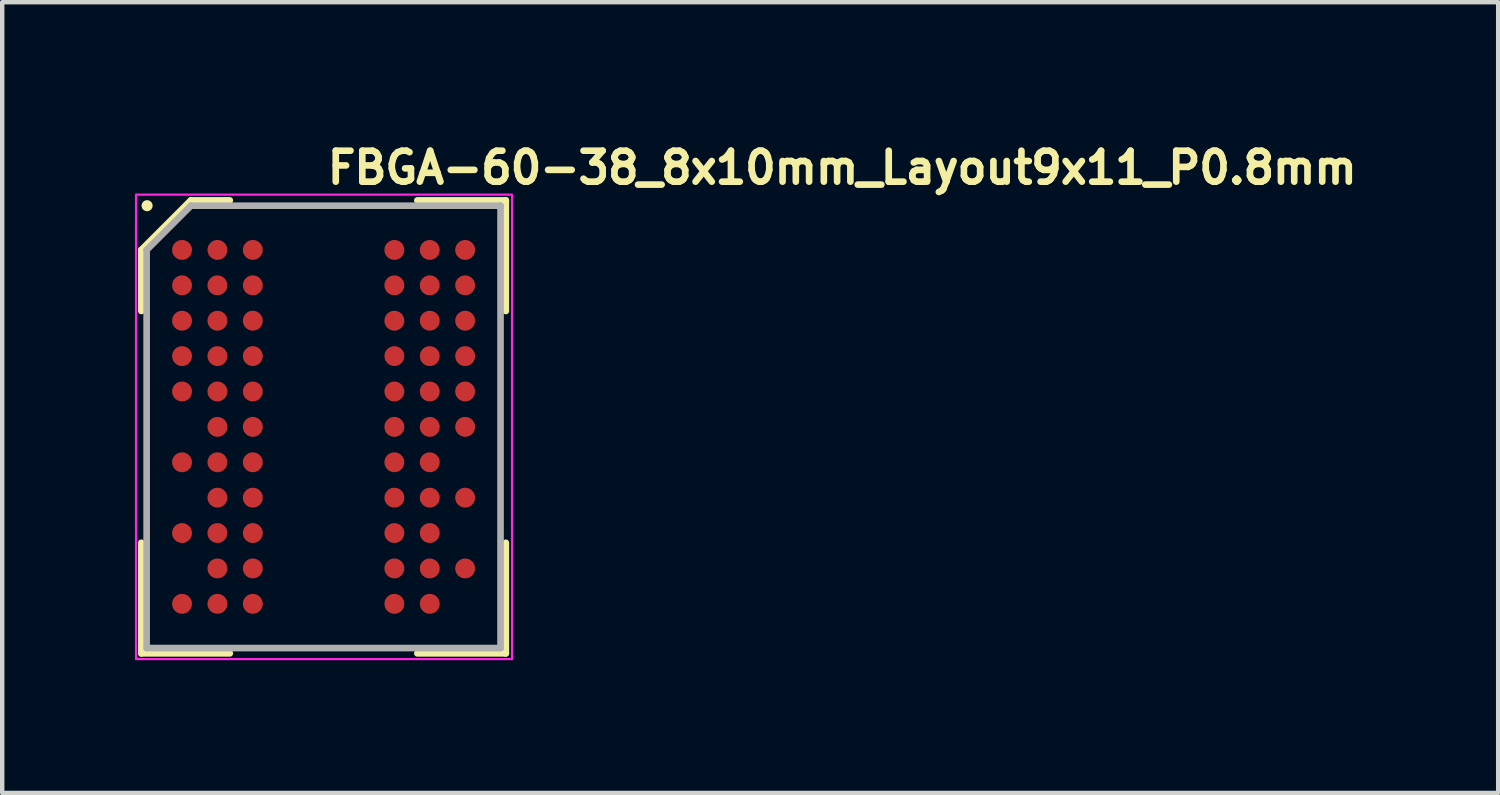
<source format=kicad_pcb>
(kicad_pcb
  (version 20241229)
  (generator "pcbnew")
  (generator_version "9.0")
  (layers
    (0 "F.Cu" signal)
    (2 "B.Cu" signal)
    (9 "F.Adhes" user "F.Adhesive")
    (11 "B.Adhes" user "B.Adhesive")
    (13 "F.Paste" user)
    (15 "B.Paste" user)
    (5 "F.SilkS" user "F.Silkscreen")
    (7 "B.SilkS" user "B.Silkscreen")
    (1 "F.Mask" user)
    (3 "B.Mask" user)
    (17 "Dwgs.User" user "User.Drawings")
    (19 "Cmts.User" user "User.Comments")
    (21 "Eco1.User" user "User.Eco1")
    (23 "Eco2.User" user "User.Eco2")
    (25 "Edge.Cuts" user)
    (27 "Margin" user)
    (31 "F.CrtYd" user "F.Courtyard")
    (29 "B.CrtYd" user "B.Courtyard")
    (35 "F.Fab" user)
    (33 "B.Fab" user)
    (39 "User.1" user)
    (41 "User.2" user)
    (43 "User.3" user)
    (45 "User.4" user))
  (footprint "FBGA-60-38_8x10mm_Layout9x11_P0.8mm"
    (layer "F.Cu")
    (at 4.275 6.6)
    (property "Reference" "FBGA-60-38_8x10mm_Layout9x11_P0.8mm" (at 0 -5.45 0) (unlocked yes) (layer "F.SilkS") (effects (font (size 0.7 0.7) (thickness 0.15)) (justify left bottom)))
    (attr smd)
    (fp_line (start -4.13 -4) (end -4.13 -2.62) (stroke (width 0.15) (type solid)) (layer "F.SilkS"))
    (fp_line (start -4.13 5.12) (end -4.13 2.62) (stroke (width 0.15) (type solid)) (layer "F.SilkS"))
    (fp_line (start -3.01 -5.12) (end -4.13 -4) (stroke (width 0.15) (type solid)) (layer "F.SilkS"))
    (fp_line (start -2.13 -5.12) (end -3.01 -5.12) (stroke (width 0.15) (type solid)) (layer "F.SilkS"))
    (fp_line (start -2.13 5.12) (end -4.13 5.12) (stroke (width 0.15) (type solid)) (layer "F.SilkS"))
    (fp_line (start 2.11 -5.12) (end 4.11 -5.12) (stroke (width 0.15) (type solid)) (layer "F.SilkS"))
    (fp_line (start 2.11 5.12) (end 4.11 5.12) (stroke (width 0.15) (type solid)) (layer "F.SilkS"))
    (fp_line (start 4.11 -5.12) (end 4.11 -2.62) (stroke (width 0.15) (type solid)) (layer "F.SilkS"))
    (fp_line (start 4.11 5.12) (end 4.11 2.62) (stroke (width 0.15) (type solid)) (layer "F.SilkS"))
    (fp_circle (center -4 -5) (end -3.95 -5) (stroke (width 0.15) (type solid)) (fill yes) (layer "F.SilkS"))
    (fp_rect (start -4.25 -5.25) (end 4.25 5.25) (stroke (width 0.05) (type solid)) (fill no) (layer "F.CrtYd"))
    (fp_line (start -4.01 -4) (end -4.01 5) (stroke (width 0.15) (type solid)) (layer "F.Fab"))
    (fp_line (start -4.01 5) (end 3.99 5) (stroke (width 0.15) (type solid)) (layer "F.Fab"))
    (fp_line (start -3.01 -5) (end -4.01 -4) (stroke (width 0.15) (type solid)) (layer "F.Fab"))
    (fp_line (start 3.99 -5) (end -3.01 -5) (stroke (width 0.15) (type solid)) (layer "F.Fab"))
    (fp_line (start 3.99 5) (end 3.99 -5) (stroke (width 0.15) (type solid)) (layer "F.Fab"))
    (fp_rect (start -4 -5) (end 4 5) (stroke (width 0.1) (type solid)) (fill no) (layer "User.5"))
    (fp_line (start -4 -5) (end -4 5) (stroke (width 0.02) (type solid)) (layer "User.9"))
    (fp_line (start -4 -5) (end 4 -5) (stroke (width 0.02) (type solid)) (layer "User.9"))
    (fp_line (start -4 5) (end 4 5) (stroke (width 0.02) (type solid)) (layer "User.9"))
    (fp_line (start 4 -5) (end 4 5) (stroke (width 0.02) (type solid)) (layer "User.9"))
    (fp_circle (center -3.52 -4.52) (end -3.324 -4.52) (stroke (width 0.02) (type solid)) (fill no) (layer "User.9"))
    (pad "A1" smd circle (at -3.21 -4) (size 0.45 0.45) (layers "F.Cu" "F.Mask" "F.Paste"))
    (pad "A2" smd circle (at -2.41 -4) (size 0.45 0.45) (layers "F.Cu" "F.Mask" "F.Paste"))
    (pad "A3" smd circle (at -1.61 -4) (size 0.45 0.45) (layers "F.Cu" "F.Mask" "F.Paste"))
    (pad "A7" smd circle (at 1.59 -4) (size 0.45 0.45) (layers "F.Cu" "F.Mask" "F.Paste"))
    (pad "A8" smd circle (at 2.39 -4) (size 0.45 0.45) (layers "F.Cu" "F.Mask" "F.Paste"))
    (pad "A9" smd circle (at 3.19 -4) (size 0.45 0.45) (layers "F.Cu" "F.Mask" "F.Paste"))
    (pad "B1" smd circle (at -3.21 -3.2) (size 0.45 0.45) (layers "F.Cu" "F.Mask" "F.Paste"))
    (pad "B2" smd circle (at -2.41 -3.2) (size 0.45 0.45) (layers "F.Cu" "F.Mask" "F.Paste"))
    (pad "B3" smd circle (at -1.61 -3.2) (size 0.45 0.45) (layers "F.Cu" "F.Mask" "F.Paste"))
    (pad "B7" smd circle (at 1.59 -3.2) (size 0.45 0.45) (layers "F.Cu" "F.Mask" "F.Paste"))
    (pad "B8" smd circle (at 2.39 -3.2) (size 0.45 0.45) (layers "F.Cu" "F.Mask" "F.Paste"))
    (pad "B9" smd circle (at 3.19 -3.2) (size 0.45 0.45) (layers "F.Cu" "F.Mask" "F.Paste"))
    (pad "C1" smd circle (at -3.21 -2.4) (size 0.45 0.45) (layers "F.Cu" "F.Mask" "F.Paste"))
    (pad "C2" smd circle (at -2.41 -2.4) (size 0.45 0.45) (layers "F.Cu" "F.Mask" "F.Paste"))
    (pad "C3" smd circle (at -1.61 -2.4) (size 0.45 0.45) (layers "F.Cu" "F.Mask" "F.Paste"))
    (pad "C7" smd circle (at 1.59 -2.4) (size 0.45 0.45) (layers "F.Cu" "F.Mask" "F.Paste"))
    (pad "C8" smd circle (at 2.39 -2.4) (size 0.45 0.45) (layers "F.Cu" "F.Mask" "F.Paste"))
    (pad "C9" smd circle (at 3.19 -2.4) (size 0.45 0.45) (layers "F.Cu" "F.Mask" "F.Paste"))
    (pad "D1" smd circle (at -3.21 -1.6) (size 0.45 0.45) (layers "F.Cu" "F.Mask" "F.Paste"))
    (pad "D2" smd circle (at -2.41 -1.6) (size 0.45 0.45) (layers "F.Cu" "F.Mask" "F.Paste"))
    (pad "D3" smd circle (at -1.61 -1.6) (size 0.45 0.45) (layers "F.Cu" "F.Mask" "F.Paste"))
    (pad "D7" smd circle (at 1.59 -1.6) (size 0.45 0.45) (layers "F.Cu" "F.Mask" "F.Paste"))
    (pad "D8" smd circle (at 2.39 -1.6) (size 0.45 0.45) (layers "F.Cu" "F.Mask" "F.Paste"))
    (pad "D9" smd circle (at 3.19 -1.6) (size 0.45 0.45) (layers "F.Cu" "F.Mask" "F.Paste"))
    (pad "E1" smd circle (at -3.21 -0.8) (size 0.45 0.45) (layers "F.Cu" "F.Mask" "F.Paste"))
    (pad "E2" smd circle (at -2.41 -0.8) (size 0.45 0.45) (layers "F.Cu" "F.Mask" "F.Paste"))
    (pad "E3" smd circle (at -1.61 -0.8) (size 0.45 0.45) (layers "F.Cu" "F.Mask" "F.Paste"))
    (pad "E7" smd circle (at 1.59 -0.8) (size 0.45 0.45) (layers "F.Cu" "F.Mask" "F.Paste"))
    (pad "E8" smd circle (at 2.39 -0.8) (size 0.45 0.45) (layers "F.Cu" "F.Mask" "F.Paste"))
    (pad "E9" smd circle (at 3.19 -0.8) (size 0.45 0.45) (layers "F.Cu" "F.Mask" "F.Paste"))
    (pad "F2" smd circle (at -2.41 0) (size 0.45 0.45) (layers "F.Cu" "F.Mask" "F.Paste"))
    (pad "F3" smd circle (at -1.61 0) (size 0.45 0.45) (layers "F.Cu" "F.Mask" "F.Paste"))
    (pad "F7" smd circle (at 1.59 0) (size 0.45 0.45) (layers "F.Cu" "F.Mask" "F.Paste"))
    (pad "F8" smd circle (at 2.39 0) (size 0.45 0.45) (layers "F.Cu" "F.Mask" "F.Paste"))
    (pad "F9" smd circle (at 3.19 0) (size 0.45 0.45) (layers "F.Cu" "F.Mask" "F.Paste"))
    (pad "G1" smd circle (at -3.21 0.8) (size 0.45 0.45) (layers "F.Cu" "F.Mask" "F.Paste"))
    (pad "G2" smd circle (at -2.41 0.8) (size 0.45 0.45) (layers "F.Cu" "F.Mask" "F.Paste"))
    (pad "G3" smd circle (at -1.61 0.8) (size 0.45 0.45) (layers "F.Cu" "F.Mask" "F.Paste"))
    (pad "G7" smd circle (at 1.59 0.8) (size 0.45 0.45) (layers "F.Cu" "F.Mask" "F.Paste"))
    (pad "G8" smd circle (at 2.39 0.8) (size 0.45 0.45) (layers "F.Cu" "F.Mask" "F.Paste"))
    (pad "H2" smd circle (at -2.41 1.6) (size 0.45 0.45) (layers "F.Cu" "F.Mask" "F.Paste"))
    (pad "H3" smd circle (at -1.61 1.6) (size 0.45 0.45) (layers "F.Cu" "F.Mask" "F.Paste"))
    (pad "H7" smd circle (at 1.59 1.6) (size 0.45 0.45) (layers "F.Cu" "F.Mask" "F.Paste"))
    (pad "H8" smd circle (at 2.39 1.6) (size 0.45 0.45) (layers "F.Cu" "F.Mask" "F.Paste"))
    (pad "H9" smd circle (at 3.19 1.6) (size 0.45 0.45) (layers "F.Cu" "F.Mask" "F.Paste"))
    (pad "J1" smd circle (at -3.21 2.4) (size 0.45 0.45) (layers "F.Cu" "F.Mask" "F.Paste"))
    (pad "J2" smd circle (at -2.41 2.4) (size 0.45 0.45) (layers "F.Cu" "F.Mask" "F.Paste"))
    (pad "J3" smd circle (at -1.61 2.4) (size 0.45 0.45) (layers "F.Cu" "F.Mask" "F.Paste"))
    (pad "J7" smd circle (at 1.59 2.4) (size 0.45 0.45) (layers "F.Cu" "F.Mask" "F.Paste"))
    (pad "J8" smd circle (at 2.39 2.4) (size 0.45 0.45) (layers "F.Cu" "F.Mask" "F.Paste"))
    (pad "K2" smd circle (at -2.41 3.2) (size 0.45 0.45) (layers "F.Cu" "F.Mask" "F.Paste"))
    (pad "K3" smd circle (at -1.61 3.2) (size 0.45 0.45) (layers "F.Cu" "F.Mask" "F.Paste"))
    (pad "K7" smd circle (at 1.59 3.2) (size 0.45 0.45) (layers "F.Cu" "F.Mask" "F.Paste"))
    (pad "K8" smd circle (at 2.39 3.2) (size 0.45 0.45) (layers "F.Cu" "F.Mask" "F.Paste"))
    (pad "K9" smd circle (at 3.19 3.2) (size 0.45 0.45) (layers "F.Cu" "F.Mask" "F.Paste"))
    (pad "L1" smd circle (at -3.21 4) (size 0.45 0.45) (layers "F.Cu" "F.Mask" "F.Paste"))
    (pad "L2" smd circle (at -2.41 4) (size 0.45 0.45) (layers "F.Cu" "F.Mask" "F.Paste"))
    (pad "L3" smd circle (at -1.61 4) (size 0.45 0.45) (layers "F.Cu" "F.Mask" "F.Paste"))
    (pad "L7" smd circle (at 1.59 4) (size 0.45 0.45) (layers "F.Cu" "F.Mask" "F.Paste"))
    (pad "L8" smd circle (at 2.39 4) (size 0.45 0.45) (layers "F.Cu" "F.Mask" "F.Paste")))
  (gr_rect
    (start -3 -3)
    (end 30.818 14.875)
    (stroke (width 0.1) (type default))
    (fill no)
    (layer "Edge.Cuts")))
</source>
